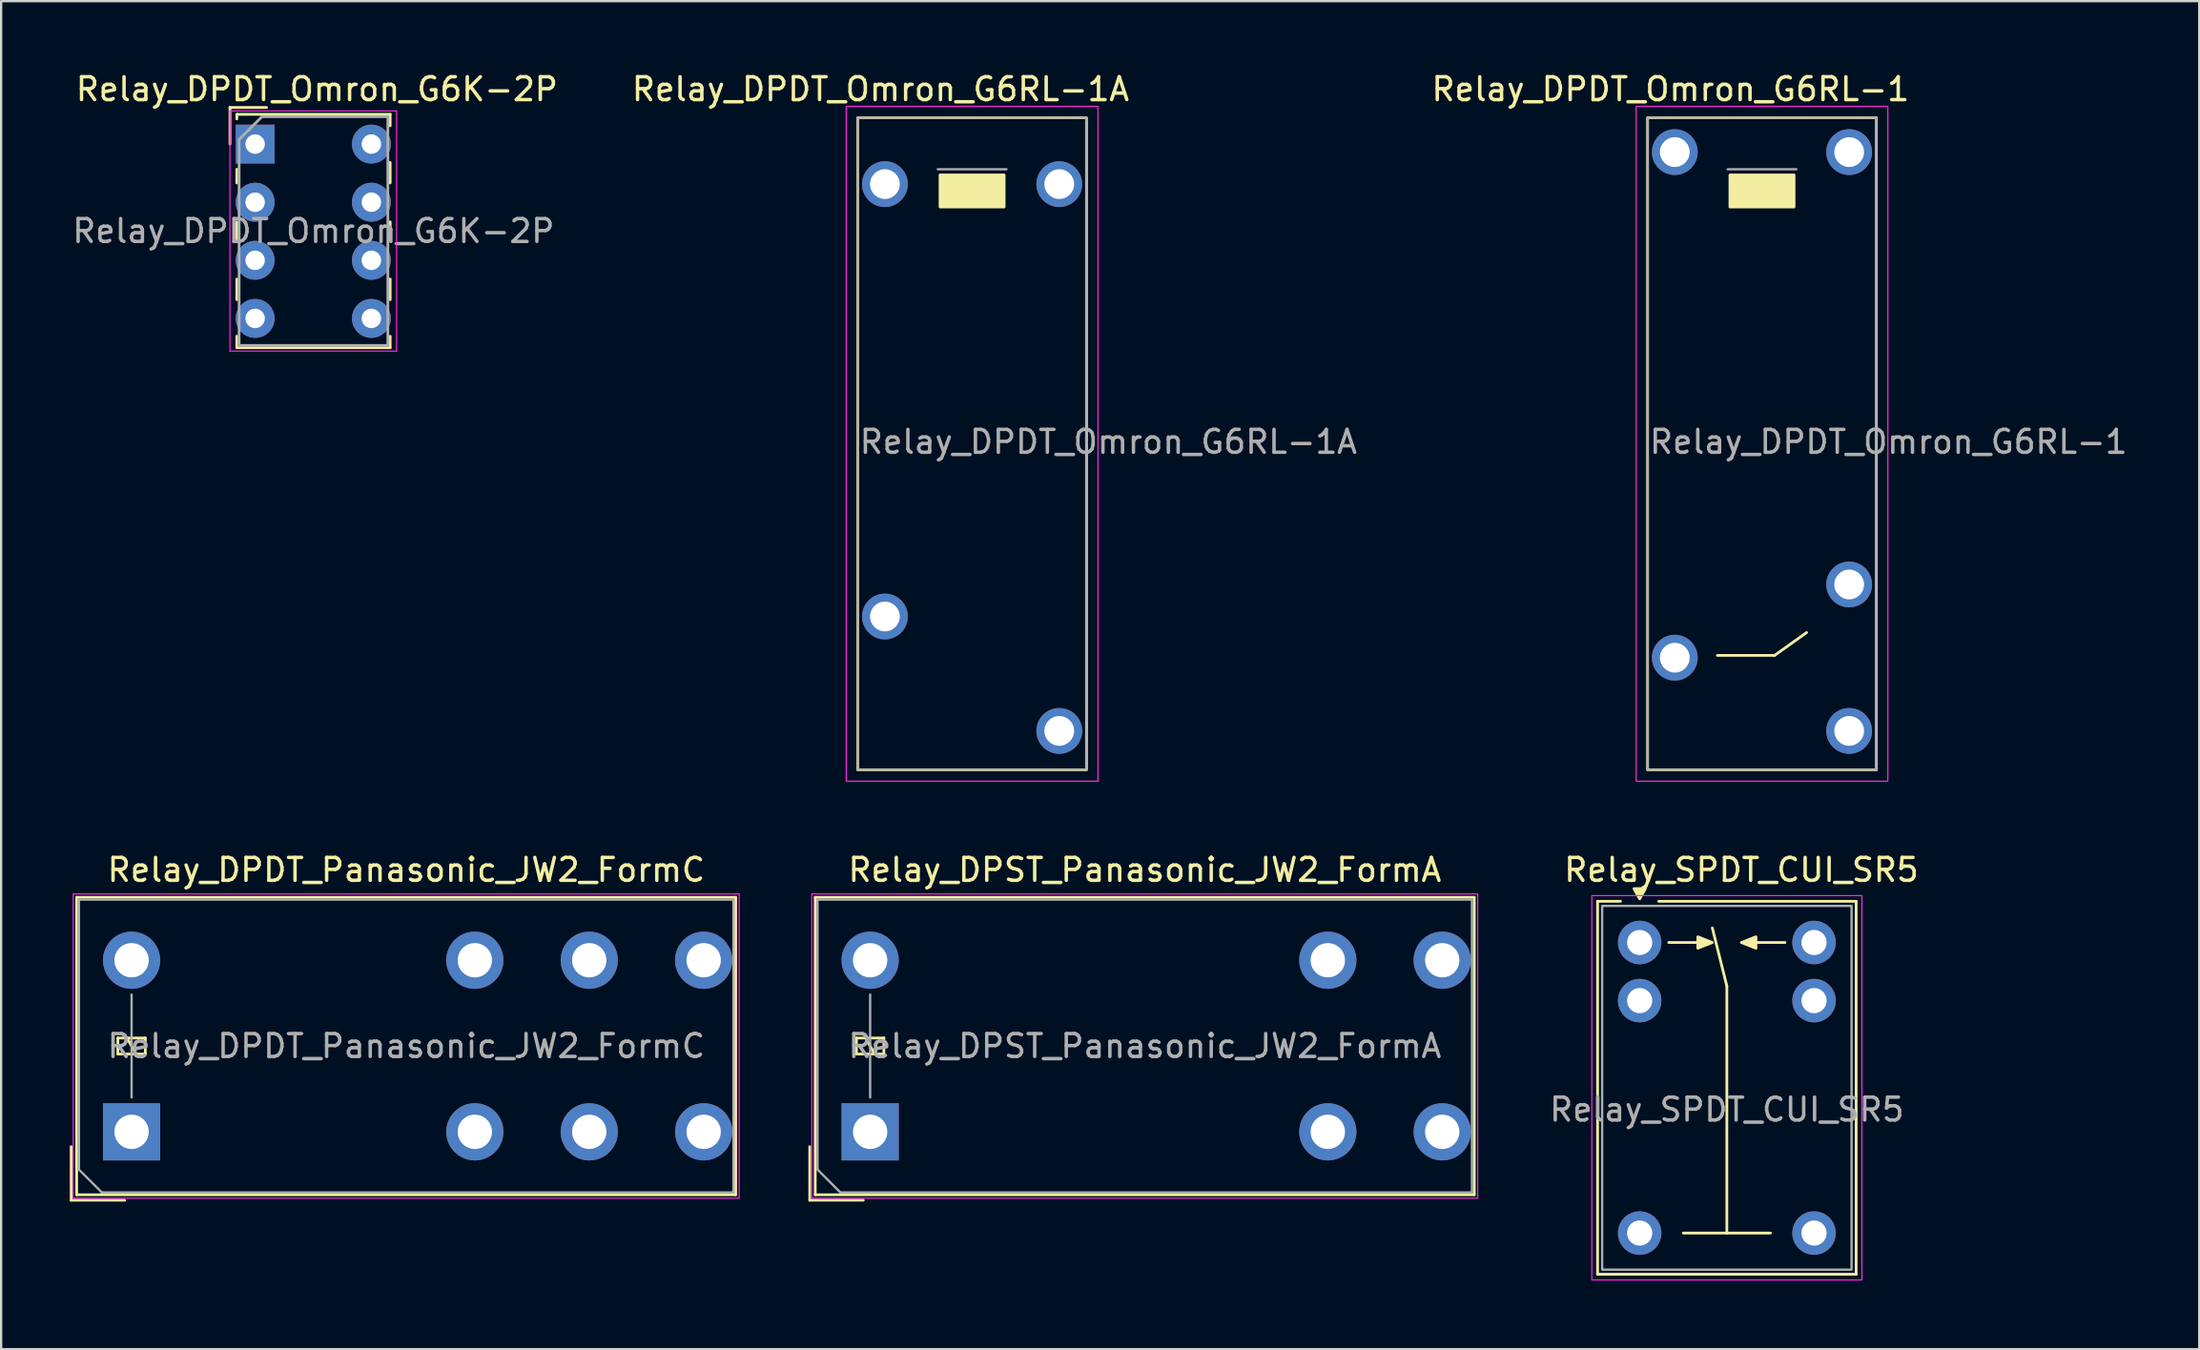
<source format=kicad_pcb>
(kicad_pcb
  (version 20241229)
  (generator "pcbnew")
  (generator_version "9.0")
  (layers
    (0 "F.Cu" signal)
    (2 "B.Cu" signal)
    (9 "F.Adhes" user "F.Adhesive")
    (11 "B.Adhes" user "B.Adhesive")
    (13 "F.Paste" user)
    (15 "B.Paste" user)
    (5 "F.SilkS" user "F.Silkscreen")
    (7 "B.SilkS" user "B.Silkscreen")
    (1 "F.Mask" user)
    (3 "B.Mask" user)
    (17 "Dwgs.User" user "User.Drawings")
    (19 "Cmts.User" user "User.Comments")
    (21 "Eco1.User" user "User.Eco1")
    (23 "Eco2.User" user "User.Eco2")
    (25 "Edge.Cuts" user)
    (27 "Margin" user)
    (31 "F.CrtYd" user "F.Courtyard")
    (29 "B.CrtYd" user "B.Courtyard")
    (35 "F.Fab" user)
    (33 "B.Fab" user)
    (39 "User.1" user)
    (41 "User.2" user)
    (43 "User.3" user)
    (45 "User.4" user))
  (footprint "Relay_DPST_Panasonic_JW2_FormA"
    (layer "F.Cu")
    (at 34.975 46.422)
    (property "Reference" "Relay_DPST_Panasonic_JW2_FormA" (at 12 -11.45 180) (layer "F.SilkS") (effects (font (size 1 1) (thickness 0.15))))
    (attr through_hole)
    (fp_line (start -2.64 2.99) (end -2.64 0.65) (stroke (width 0.12) (type solid)) (layer "F.SilkS"))
    (fp_line (start -2.4 -10.25) (end -2.4 2.75) (stroke (width 0.12) (type solid)) (layer "F.SilkS"))
    (fp_line (start -2.4 2.75) (end 26.4 2.75) (stroke (width 0.12) (type solid)) (layer "F.SilkS"))
    (fp_line (start -0.6 -4.1) (end -0.6 -3.4) (stroke (width 0.12) (type solid)) (layer "F.SilkS"))
    (fp_line (start -0.6 -3.4) (end 0.6 -3.4) (stroke (width 0.12) (type solid)) (layer "F.SilkS"))
    (fp_line (start -0.3 2.99) (end -2.64 2.99) (stroke (width 0.12) (type solid)) (layer "F.SilkS"))
    (fp_line (start 0.2 -3.4) (end -0.2 -4.1) (stroke (width 0.12) (type solid)) (layer "F.SilkS"))
    (fp_line (start 0.6 -4.1) (end -0.6 -4.1) (stroke (width 0.12) (type solid)) (layer "F.SilkS"))
    (fp_line (start 0.6 -3.4) (end 0.6 -4.1) (stroke (width 0.12) (type solid)) (layer "F.SilkS"))
    (fp_line (start 26.4 -10.25) (end -2.4 -10.25) (stroke (width 0.12) (type solid)) (layer "F.SilkS"))
    (fp_line (start 26.4 2.75) (end 26.4 -10.25) (stroke (width 0.12) (type solid)) (layer "F.SilkS"))
    (fp_line (start -2.55 -10.4) (end -2.55 2.9) (stroke (width 0.05) (type solid)) (layer "F.CrtYd"))
    (fp_line (start -2.55 2.9) (end 26.55 2.9) (stroke (width 0.05) (type solid)) (layer "F.CrtYd"))
    (fp_line (start 26.55 -10.4) (end -2.55 -10.4) (stroke (width 0.05) (type solid)) (layer "F.CrtYd"))
    (fp_line (start 26.55 2.9) (end 26.55 -10.4) (stroke (width 0.05) (type solid)) (layer "F.CrtYd"))
    (fp_line (start -2.3 -10.15) (end -2.3 1.65) (stroke (width 0.1) (type solid)) (layer "F.Fab"))
    (fp_line (start -2.3 1.65) (end -1.3 2.65) (stroke (width 0.1) (type default)) (layer "F.Fab"))
    (fp_line (start -1.3 2.65) (end 26.3 2.65) (stroke (width 0.1) (type solid)) (layer "F.Fab"))
    (fp_line (start 0 -1.5) (end 0 -6) (stroke (width 0.1) (type solid)) (layer "F.Fab"))
    (fp_line (start 26.3 -10.15) (end -2.3 -10.15) (stroke (width 0.1) (type solid)) (layer "F.Fab"))
    (fp_line (start 26.3 2.65) (end 26.3 -10.15) (stroke (width 0.1) (type solid)) (layer "F.Fab"))
    (fp_text user "${REFERENCE}" (at 12 -3.75 180) (layer "F.Fab") (effects (font (size 1 1) (thickness 0.15))))
    (pad "13" thru_hole oval (at 20 0 90) (size 2.5 2.5) (drill 1.5) (layers "*.Cu" "*.Mask"))
    (pad "14" thru_hole oval (at 25 0 90) (size 2.5 2.5) (drill 1.5) (layers "*.Cu" "*.Mask"))
    (pad "23" thru_hole oval (at 20 -7.5 90) (size 2.5 2.5) (drill 1.5) (layers "*.Cu" "*.Mask"))
    (pad "24" thru_hole oval (at 25 -7.5 90) (size 2.5 2.5) (drill 1.5) (layers "*.Cu" "*.Mask"))
    (pad "A1" thru_hole rect (at 0 0 90) (size 2.5 2.5) (drill 1.5) (layers "*.Cu" "*.Mask"))
    (pad "A2" thru_hole oval (at 0 -7.5 90) (size 2.5 2.5) (drill 1.5) (layers "*.Cu" "*.Mask")))
  (footprint "Relay_SPDT_CUI_SR5"
    (layer "F.Cu")
    (at 68.603 40.687)
    (property "Reference" "Relay_SPDT_CUI_SR5" (at 4.445 -5.715 0) (unlocked yes) (layer "F.SilkS") (effects (font (size 1 1) (thickness 0.15))))
    (attr through_hole)
    (fp_line (start -1.84 -4.34) (end -0.835 -4.34) (stroke (width 0.12) (type default)) (layer "F.SilkS"))
    (fp_line (start -1.84 11.96) (end -1.84 -4.34) (stroke (width 0.12) (type default)) (layer "F.SilkS"))
    (fp_line (start 0.835 -4.34) (end 9.46 -4.34) (stroke (width 0.12) (type default)) (layer "F.SilkS"))
    (fp_line (start 1.27 -2.54) (end 2.54 -2.54) (stroke (width 0.12) (type default)) (layer "F.SilkS"))
    (fp_line (start 3.175 -3.175) (end 3.81 -0.635) (stroke (width 0.12) (type default)) (layer "F.SilkS"))
    (fp_line (start 3.81 -0.635) (end 3.81 10.16) (stroke (width 0.12) (type default)) (layer "F.SilkS"))
    (fp_line (start 3.81 10.16) (end 1.905 10.16) (stroke (width 0.12) (type default)) (layer "F.SilkS"))
    (fp_line (start 3.81 10.16) (end 5.715 10.16) (stroke (width 0.12) (type default)) (layer "F.SilkS"))
    (fp_line (start 6.35 -2.54) (end 5.08 -2.54) (stroke (width 0.12) (type default)) (layer "F.SilkS"))
    (fp_line (start 9.46 -4.34) (end 9.46 11.96) (stroke (width 0.12) (type default)) (layer "F.SilkS"))
    (fp_line (start 9.46 11.96) (end -1.84 11.96) (stroke (width 0.12) (type default)) (layer "F.SilkS"))
    (fp_poly (pts (xy 0 -4.445) (xy -0.25 -4.895) (xy 0.25 -4.895) (xy 0 -4.445)) (stroke (width 0.12) (type solid)) (fill yes) (layer "F.SilkS"))
    (fp_poly (pts (xy 3.175 -2.54) (xy 2.54 -2.29) (xy 2.54 -2.79) (xy 3.175 -2.54)) (stroke (width 0.12) (type solid)) (fill yes) (layer "F.SilkS"))
    (fp_poly (pts (xy 4.445 -2.54) (xy 5.08 -2.79) (xy 5.08 -2.29) (xy 4.445 -2.54)) (stroke (width 0.12) (type solid)) (fill yes) (layer "F.SilkS"))
    (fp_rect (start -2.09 -4.59) (end 9.71 12.21) (stroke (width 0.05) (type default)) (fill no) (layer "F.CrtYd"))
    (fp_rect (start -1.64 -4.14) (end 9.26 11.76) (stroke (width 0.1) (type default)) (fill no) (layer "F.Fab"))
    (fp_text user "${REFERENCE}" (at 3.81 4.763 0) (unlocked yes) (layer "F.Fab") (effects (font (size 1 1) (thickness 0.15))))
    (pad "11" thru_hole circle (at 0 10.16) (size 1.9 1.9) (drill 1.1) (layers "*.Cu" "*.Mask"))
    (pad "11" thru_hole circle (at 7.62 10.16) (size 1.9 1.9) (drill 1.1) (layers "*.Cu" "*.Mask"))
    (pad "12" thru_hole circle (at 0 -2.54) (size 1.9 1.9) (drill 1.1) (layers "*.Cu" "*.Mask"))
    (pad "14" thru_hole circle (at 7.62 -2.54) (size 1.9 1.9) (drill 1.1) (layers "*.Cu" "*.Mask"))
    (pad "A1" thru_hole circle (at 0 0) (size 1.9 1.9) (drill 1.1) (layers "*.Cu" "*.Mask"))
    (pad "A2" thru_hole circle (at 7.62 0) (size 1.9 1.9) (drill 1.1) (layers "*.Cu" "*.Mask")))
  (footprint "Relay_DPDT_Omron_G6RL-1"
    (layer "F.Cu")
    (at 73.948 16.348)
    (property "Reference" "Relay_DPDT_Omron_G6RL-1" (at -4 -15.5 0) (unlocked yes) (layer "F.SilkS") (effects (font (size 1 1) (thickness 0.15))))
    (attr through_hole)
    (fp_line (start -1.95 9.25) (end 0.55 9.25) (stroke (width 0.12) (type solid)) (layer "F.SilkS"))
    (fp_line (start 0.55 9.25) (end 1.95 8.25) (stroke (width 0.12) (type solid)) (layer "F.SilkS"))
    (fp_rect (start -5 -14.25) (end 5 14.25) (stroke (width 0.12) (type solid)) (fill no) (layer "F.SilkS"))
    (fp_rect (start -1.4 -11.75) (end 1.4 -10.35) (stroke (width 0.12) (type solid)) (fill yes) (layer "F.SilkS"))
    (fp_rect (start -5.5 -14.75) (end 5.5 14.75) (stroke (width 0.05) (type default)) (fill no) (layer "F.CrtYd"))
    (fp_line (start -1.5 -12) (end 1.5 -12) (stroke (width 0.1) (type default)) (layer "F.Fab"))
    (fp_rect (start -5 -14.25) (end 5 14.25) (stroke (width 0.1) (type default)) (fill no) (layer "F.Fab"))
    (fp_text user "${REFERENCE}" (at -5 0.5 0) (unlocked yes) (layer "F.Fab") (effects (font (size 1 1) (thickness 0.15)) (justify left bottom)))
    (pad "1" thru_hole circle (at -3.81 -12.75 90) (size 2 2) (drill 1.3) (layers "*.Cu" "*.Mask"))
    (pad "2" thru_hole circle (at -3.81 9.35 90) (size 2 2) (drill 1.3) (layers "*.Cu" "*.Mask"))
    (pad "3" thru_hole circle (at 3.81 12.55 90) (size 2 2) (drill 1.3) (layers "*.Cu" "*.Mask"))
    (pad "4" thru_hole circle (at 3.81 6.15 90) (size 2 2) (drill 1.3) (layers "*.Cu" "*.Mask"))
    (pad "5" thru_hole circle (at 3.81 -12.75 90) (size 2 2) (drill 1.3) (layers "*.Cu" "*.Mask")))
  (footprint "Relay_DPDT_Omron_G6K-2P"
    (layer "F.Cu")
    (at 8.099 3.248)
    (property "Reference" "Relay_DPDT_Omron_G6K-2P" (at 2.7 -2.4 0) (layer "F.SilkS") (effects (font (size 1 1) (thickness 0.15))))
    (attr through_hole)
    (fp_line (start -1.1 -1.6) (end 0.5 -1.6) (stroke (width 0.12) (type solid)) (layer "F.SilkS"))
    (fp_line (start -1.1 0) (end -1.1 -1.6) (stroke (width 0.12) (type solid)) (layer "F.SilkS"))
    (fp_line (start -0.8 -1.3) (end -0.8 -1.1) (stroke (width 0.12) (type solid)) (layer "F.SilkS"))
    (fp_line (start -0.8 -1.3) (end 5.9 -1.3) (stroke (width 0.12) (type solid)) (layer "F.SilkS"))
    (fp_line (start -0.8 1.7) (end -0.8 1.1) (stroke (width 0.12) (type solid)) (layer "F.SilkS"))
    (fp_line (start -0.8 4.2) (end -0.8 3.4) (stroke (width 0.12) (type solid)) (layer "F.SilkS"))
    (fp_line (start -0.8 6.8) (end -0.8 5.9) (stroke (width 0.12) (type solid)) (layer "F.SilkS"))
    (fp_line (start -0.8 8.9) (end -0.8 8.4) (stroke (width 0.12) (type solid)) (layer "F.SilkS"))
    (fp_line (start 5.9 -1.3) (end 5.9 -0.8) (stroke (width 0.12) (type solid)) (layer "F.SilkS"))
    (fp_line (start 5.9 0.8) (end 5.9 1.7) (stroke (width 0.12) (type solid)) (layer "F.SilkS"))
    (fp_line (start 5.9 3.4) (end 5.9 4.2) (stroke (width 0.12) (type solid)) (layer "F.SilkS"))
    (fp_line (start 5.9 5.9) (end 5.9 6.8) (stroke (width 0.12) (type solid)) (layer "F.SilkS"))
    (fp_line (start 5.9 8.4) (end 5.9 8.9) (stroke (width 0.12) (type solid)) (layer "F.SilkS"))
    (fp_line (start 5.9 8.9) (end -0.8 8.9) (stroke (width 0.12) (type solid)) (layer "F.SilkS"))
    (fp_line (start -1.1 -1.45) (end -1.1 9.05) (stroke (width 0.05) (type solid)) (layer "F.CrtYd"))
    (fp_line (start -1.1 -1.45) (end 6.18 -1.45) (stroke (width 0.05) (type solid)) (layer "F.CrtYd"))
    (fp_line (start 6.18 9.05) (end -1.1 9.05) (stroke (width 0.05) (type solid)) (layer "F.CrtYd"))
    (fp_line (start 6.18 9.05) (end 6.18 -1.45) (stroke (width 0.05) (type solid)) (layer "F.CrtYd"))
    (fp_line (start -0.7 -0.2) (end 0.3 -1.2) (stroke (width 0.12) (type solid)) (layer "F.Fab"))
    (fp_line (start -0.7 8.8) (end -0.7 -0.2) (stroke (width 0.12) (type solid)) (layer "F.Fab"))
    (fp_line (start 0.3 -1.2) (end 5.8 -1.2) (stroke (width 0.12) (type solid)) (layer "F.Fab"))
    (fp_line (start 5.8 -1.2) (end 5.8 8.8) (stroke (width 0.12) (type solid)) (layer "F.Fab"))
    (fp_line (start 5.8 8.8) (end -0.7 8.8) (stroke (width 0.12) (type solid)) (layer "F.Fab"))
    (fp_text user "${REFERENCE}" (at 2.55 3.8 0) (layer "F.Fab") (effects (font (size 1 1) (thickness 0.15))))
    (pad "1" thru_hole rect (at 0 0) (size 1.7 1.7) (drill 0.85) (layers "*.Cu" "*.Mask"))
    (pad "2" thru_hole circle (at 0 2.54) (size 1.7 1.7) (drill 0.85) (layers "*.Cu" "*.Mask"))
    (pad "3" thru_hole circle (at 0 5.08) (size 1.7 1.7) (drill 0.85) (layers "*.Cu" "*.Mask"))
    (pad "4" thru_hole circle (at 0 7.62) (size 1.7 1.7) (drill 0.85) (layers "*.Cu" "*.Mask"))
    (pad "5" thru_hole circle (at 5.08 7.62) (size 1.7 1.7) (drill 0.85) (layers "*.Cu" "*.Mask"))
    (pad "6" thru_hole circle (at 5.08 5.08) (size 1.7 1.7) (drill 0.85) (layers "*.Cu" "*.Mask"))
    (pad "7" thru_hole circle (at 5.08 2.54) (size 1.7 1.7) (drill 0.85) (layers "*.Cu" "*.Mask"))
    (pad "8" thru_hole circle (at 5.08 0) (size 1.7 1.7) (drill 0.85) (layers "*.Cu" "*.Mask")))
  (footprint "Relay_DPDT_Omron_G6RL-1A"
    (layer "F.Cu")
    (at 39.43 16.348)
    (property "Reference" "Relay_DPDT_Omron_G6RL-1A" (at -4 -15.5 0) (unlocked yes) (layer "F.SilkS") (effects (font (size 1 1) (thickness 0.15))))
    (attr through_hole)
    (fp_rect (start -5 -14.25) (end 5 14.25) (stroke (width 0.12) (type solid)) (fill no) (layer "F.SilkS"))
    (fp_rect (start -1.4 -11.75) (end 1.4 -10.35) (stroke (width 0.12) (type solid)) (fill yes) (layer "F.SilkS"))
    (fp_rect (start -5.5 -14.75) (end 5.5 14.75) (stroke (width 0.05) (type default)) (fill no) (layer "F.CrtYd"))
    (fp_line (start -1.5 -12) (end 1.5 -12) (stroke (width 0.1) (type default)) (layer "F.Fab"))
    (fp_rect (start -5 -14.25) (end 5 14.25) (stroke (width 0.1) (type default)) (fill no) (layer "F.Fab"))
    (fp_text user "${REFERENCE}" (at -5 0.5 0) (unlocked yes) (layer "F.Fab") (effects (font (size 1 1) (thickness 0.15)) (justify left bottom)))
    (pad "1" thru_hole circle (at -3.81 -11.35 90) (size 2 2) (drill 1.3) (layers "*.Cu" "*.Mask"))
    (pad "2" thru_hole circle (at -3.81 7.55 90) (size 2 2) (drill 1.3) (layers "*.Cu" "*.Mask"))
    (pad "3" thru_hole circle (at 3.81 12.55 90) (size 2 2) (drill 1.3) (layers "*.Cu" "*.Mask"))
    (pad "5" thru_hole circle (at 3.81 -11.35 90) (size 2 2) (drill 1.3) (layers "*.Cu" "*.Mask")))
  (footprint "Relay_DPDT_Panasonic_JW2_FormC"
    (layer "F.Cu")
    (at 2.7 46.422)
    (property "Reference" "Relay_DPDT_Panasonic_JW2_FormC" (at 12 -11.45 180) (layer "F.SilkS") (effects (font (size 1 1) (thickness 0.15))))
    (attr through_hole)
    (fp_line (start -2.64 2.99) (end -2.64 0.65) (stroke (width 0.12) (type solid)) (layer "F.SilkS"))
    (fp_line (start -2.4 -10.25) (end -2.4 2.75) (stroke (width 0.12) (type solid)) (layer "F.SilkS"))
    (fp_line (start -2.4 2.75) (end 26.4 2.75) (stroke (width 0.12) (type solid)) (layer "F.SilkS"))
    (fp_line (start -0.6 -4.1) (end -0.6 -3.4) (stroke (width 0.12) (type solid)) (layer "F.SilkS"))
    (fp_line (start -0.6 -3.4) (end 0.6 -3.4) (stroke (width 0.12) (type solid)) (layer "F.SilkS"))
    (fp_line (start -0.3 2.99) (end -2.64 2.99) (stroke (width 0.12) (type solid)) (layer "F.SilkS"))
    (fp_line (start 0.2 -3.4) (end -0.2 -4.1) (stroke (width 0.12) (type solid)) (layer "F.SilkS"))
    (fp_line (start 0.6 -4.1) (end -0.6 -4.1) (stroke (width 0.12) (type solid)) (layer "F.SilkS"))
    (fp_line (start 0.6 -3.4) (end 0.6 -4.1) (stroke (width 0.12) (type solid)) (layer "F.SilkS"))
    (fp_line (start 26.4 -10.25) (end -2.4 -10.25) (stroke (width 0.12) (type solid)) (layer "F.SilkS"))
    (fp_line (start 26.4 2.75) (end 26.4 -10.25) (stroke (width 0.12) (type solid)) (layer "F.SilkS"))
    (fp_line (start -2.55 -10.4) (end -2.55 2.9) (stroke (width 0.05) (type solid)) (layer "F.CrtYd"))
    (fp_line (start -2.55 2.9) (end 26.55 2.9) (stroke (width 0.05) (type solid)) (layer "F.CrtYd"))
    (fp_line (start 26.55 -10.4) (end -2.55 -10.4) (stroke (width 0.05) (type solid)) (layer "F.CrtYd"))
    (fp_line (start 26.55 2.9) (end 26.55 -10.4) (stroke (width 0.05) (type solid)) (layer "F.CrtYd"))
    (fp_line (start -2.3 -10.15) (end -2.3 1.65) (stroke (width 0.1) (type solid)) (layer "F.Fab"))
    (fp_line (start -2.3 1.65) (end -1.3 2.65) (stroke (width 0.1) (type default)) (layer "F.Fab"))
    (fp_line (start -1.3 2.65) (end 26.3 2.65) (stroke (width 0.1) (type solid)) (layer "F.Fab"))
    (fp_line (start 0 -1.5) (end 0 -6) (stroke (width 0.1) (type solid)) (layer "F.Fab"))
    (fp_line (start 26.3 -10.15) (end -2.3 -10.15) (stroke (width 0.1) (type solid)) (layer "F.Fab"))
    (fp_line (start 26.3 2.65) (end 26.3 -10.15) (stroke (width 0.1) (type solid)) (layer "F.Fab"))
    (fp_text user "${REFERENCE}" (at 12 -3.75 180) (layer "F.Fab") (effects (font (size 1 1) (thickness 0.15))))
    (pad "11" thru_hole oval (at 20 0 90) (size 2.5 2.5) (drill 1.5) (layers "*.Cu" "*.Mask"))
    (pad "12" thru_hole oval (at 15 0 90) (size 2.5 2.5) (drill 1.5) (layers "*.Cu" "*.Mask"))
    (pad "14" thru_hole oval (at 25 0 90) (size 2.5 2.5) (drill 1.5) (layers "*.Cu" "*.Mask"))
    (pad "21" thru_hole oval (at 20 -7.5 90) (size 2.5 2.5) (drill 1.5) (layers "*.Cu" "*.Mask"))
    (pad "22" thru_hole oval (at 15 -7.5 90) (size 2.5 2.5) (drill 1.5) (layers "*.Cu" "*.Mask"))
    (pad "24" thru_hole oval (at 25 -7.5 90) (size 2.5 2.5) (drill 1.5) (layers "*.Cu" "*.Mask"))
    (pad "A1" thru_hole rect (at 0 0 90) (size 2.5 2.5) (drill 1.5) (layers "*.Cu" "*.Mask"))
    (pad "A2" thru_hole oval (at 0 -7.5 90) (size 2.5 2.5) (drill 1.5) (layers "*.Cu" "*.Mask")))
  (gr_rect
    (start -3 -3)
    (end 93.055 55.922)
    (stroke (width 0.1) (type default))
    (fill no)
    (layer "Edge.Cuts")))
</source>
